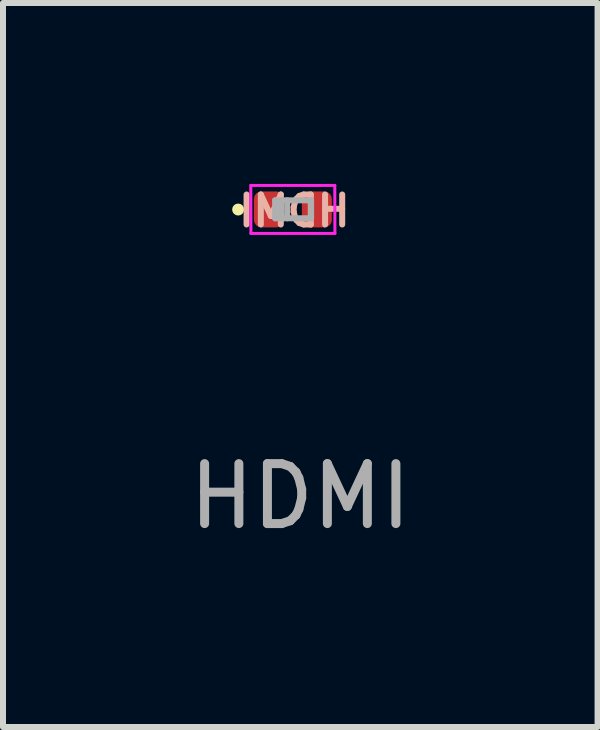
<source format=kicad_pcb>
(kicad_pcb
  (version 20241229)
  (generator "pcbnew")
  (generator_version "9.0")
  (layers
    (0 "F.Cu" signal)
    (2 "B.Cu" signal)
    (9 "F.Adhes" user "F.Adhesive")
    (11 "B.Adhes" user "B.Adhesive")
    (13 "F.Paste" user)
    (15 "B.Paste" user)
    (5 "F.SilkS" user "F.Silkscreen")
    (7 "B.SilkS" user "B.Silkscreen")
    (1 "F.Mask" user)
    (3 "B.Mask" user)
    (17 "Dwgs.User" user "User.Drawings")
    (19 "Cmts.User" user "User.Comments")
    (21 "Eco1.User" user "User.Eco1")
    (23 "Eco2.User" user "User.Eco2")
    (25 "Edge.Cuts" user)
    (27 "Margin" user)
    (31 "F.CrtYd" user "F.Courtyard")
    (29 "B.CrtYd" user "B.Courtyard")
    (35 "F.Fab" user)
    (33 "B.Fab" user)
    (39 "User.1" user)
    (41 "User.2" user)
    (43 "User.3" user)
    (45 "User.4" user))
  (footprint "HDMI"
    (layer "F.Cu")
    (at 1.435 0.443)
    (property "Reference" "HDMI" (at 0.425 0.025 0) (unlocked yes) (layer "B.SilkS") (effects (font (size 0.5 0.5) (thickness 0.1) (bold yes)) (justify mirror)))
    (attr smd)
    (fp_circle (center -0.513 0.002) (end -0.463 0.002) (stroke (width 0.1) (type solid)) (fill no) (layer "F.SilkS"))
    (fp_line (start -0.3 -0.4) (end 1.1 -0.4) (stroke (width 0.05) (type solid)) (layer "F.CrtYd"))
    (fp_line (start -0.3 0.4) (end -0.302 -0.4) (stroke (width 0.05) (type solid)) (layer "F.CrtYd"))
    (fp_line (start 1.099 -0.4) (end 1.101 0.4) (stroke (width 0.05) (type solid)) (layer "F.CrtYd"))
    (fp_line (start 1.101 0.4) (end -0.3 0.4) (stroke (width 0.05) (type solid)) (layer "F.CrtYd"))
    (fp_line (start 0.104 -0.152) (end 0.704 -0.152) (stroke (width 0.1) (type solid)) (layer "F.Fab"))
    (fp_line (start 0.104 0.148) (end 0.104 -0.152) (stroke (width 0.1) (type solid)) (layer "F.Fab"))
    (fp_line (start 0.204 0.148) (end 0.204 -0.152) (stroke (width 0.1) (type solid)) (layer "F.Fab"))
    (fp_line (start 0.304 0.148) (end 0.304 -0.152) (stroke (width 0.1) (type solid)) (layer "F.Fab"))
    (fp_line (start 0.704 -0.152) (end 0.704 0.148) (stroke (width 0.1) (type solid)) (layer "F.Fab"))
    (fp_line (start 0.704 0.148) (end 0.104 0.148) (stroke (width 0.1) (type solid)) (layer "F.Fab"))
    (fp_text user "${REFERENCE}" (at 0.523 4.785 0) (unlocked yes) (layer "F.Fab") (effects (font (size 1 1) (thickness 0.15))))
    (pad "" smd roundrect (at 0 0) (size 0.5 0.6) (layers "F.Paste") (roundrect_rratio 0.25))
    (pad "" smd roundrect (at 0.8 0) (size 0.5 0.6) (layers "F.Paste") (roundrect_rratio 0.25))
    (pad "1" smd roundrect (at 0 0) (size 0.5 0.6) (layers "F.Cu" "F.Mask") (roundrect_rratio 0.25))
    (pad "2" smd roundrect (at 0.8 0) (size 0.5 0.6) (layers "F.Cu" "F.Mask") (roundrect_rratio 0.25)))
  (gr_rect
    (start -3 -3)
    (end 6.917 9.076)
    (stroke (width 0.1) (type default))
    (fill no)
    (layer "Edge.Cuts")))
</source>
